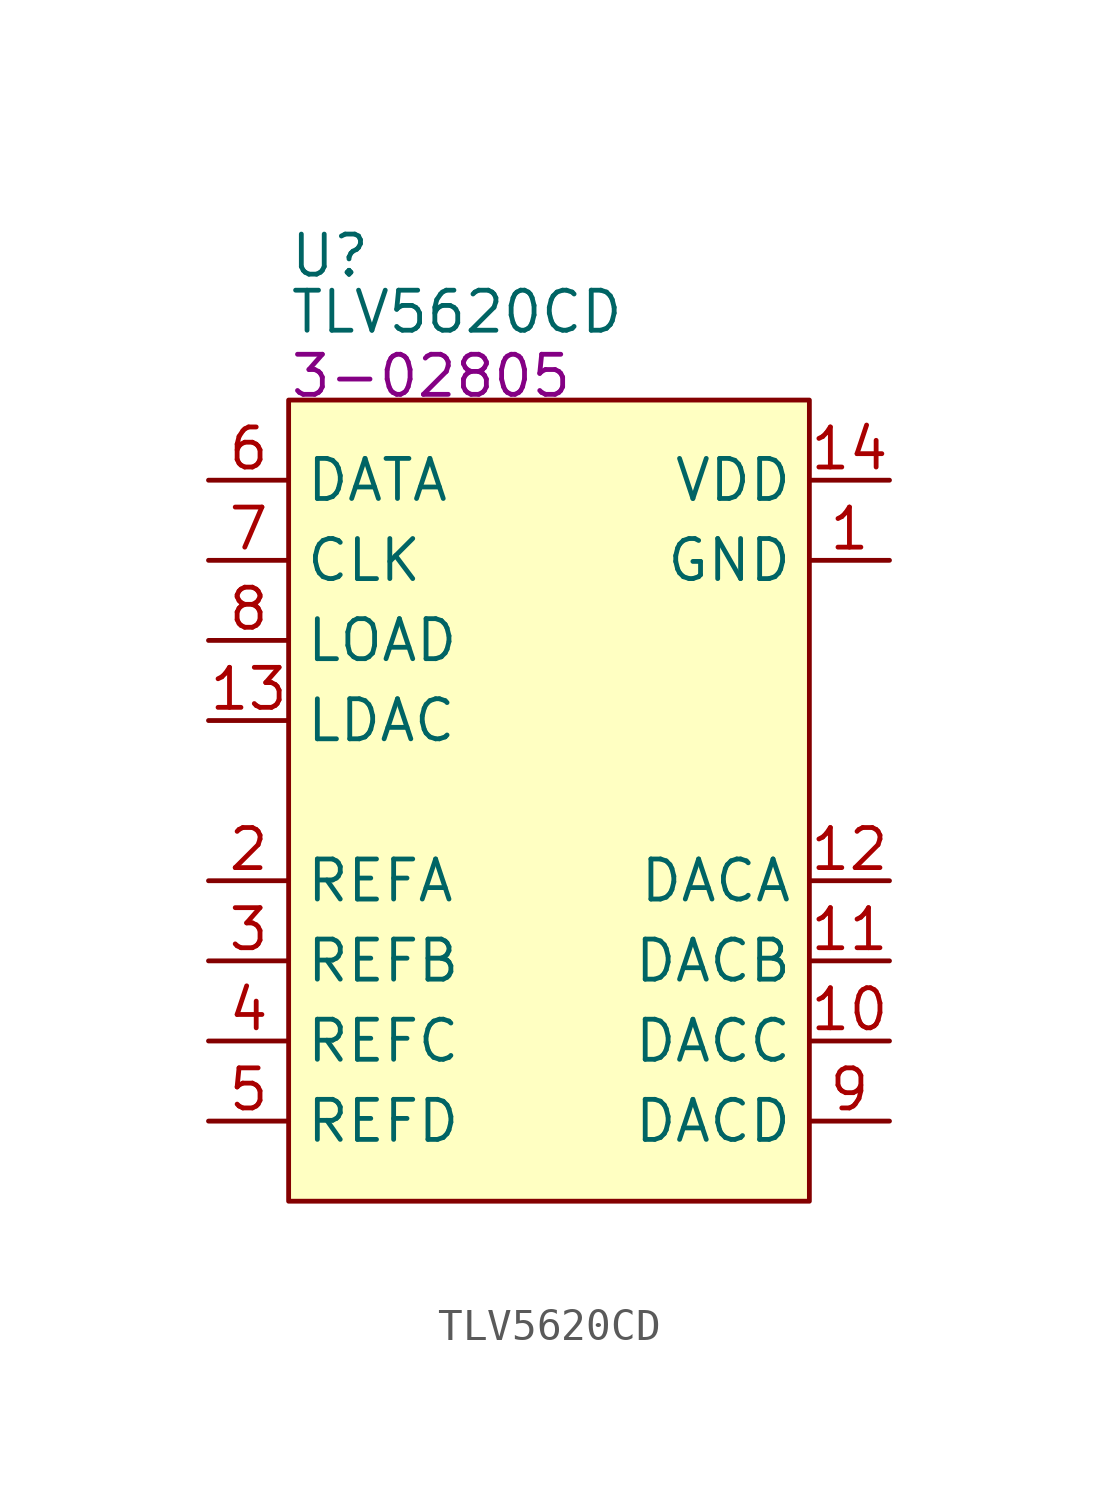
<source format=kicad_sym>
(kicad_symbol_lib
  (version 20231120)
  (generator "kicad_symbol_editor")
  (generator_version "8.0")
  (symbol "TLV5620CD"
    (property "Reference" "U"
      (at 0 4.572 0)
      (effects (font (size 1.27 1.27)) (justify left)))
    (property "Value" "TLV5620CD"
      (at 0 2.794 0)
      (effects (font (size 1.27 1.27)) (justify left)))
    (property "SRS" "3-02805"
      (at 0 0.762 0)
      (effects (font (size 1.27 1.27)) (justify left)))
    (symbol "TLV5620CD_1_1"
      (rectangle (start 0 0) (end 16.51 -25.4) (stroke (width 0) (type default)) (fill (type background)))
      (pin passive line (at 19.05 -5.08 180) (length 2.54) (name "GND" (effects (font (size 1.27 1.27)))) (number "1" (effects (font (size 1.27 1.27)))))
      (pin passive line (at 19.05 -20.32 180) (length 2.54) (name "DACC" (effects (font (size 1.27 1.27)))) (number "10" (effects (font (size 1.27 1.27)))))
      (pin passive line (at 19.05 -17.78 180) (length 2.54) (name "DACB" (effects (font (size 1.27 1.27)))) (number "11" (effects (font (size 1.27 1.27)))))
      (pin passive line (at 19.05 -15.24 180) (length 2.54) (name "DACA" (effects (font (size 1.27 1.27)))) (number "12" (effects (font (size 1.27 1.27)))))
      (pin passive line (at -2.54 -10.16 0) (length 2.54) (name "LDAC" (effects (font (size 1.27 1.27)))) (number "13" (effects (font (size 1.27 1.27)))))
      (pin passive line (at 19.05 -2.54 180) (length 2.54) (name "VDD" (effects (font (size 1.27 1.27)))) (number "14" (effects (font (size 1.27 1.27)))))
      (pin passive line (at -2.54 -15.24 0) (length 2.54) (name "REFA" (effects (font (size 1.27 1.27)))) (number "2" (effects (font (size 1.27 1.27)))))
      (pin passive line (at -2.54 -17.78 0) (length 2.54) (name "REFB" (effects (font (size 1.27 1.27)))) (number "3" (effects (font (size 1.27 1.27)))))
      (pin passive line (at -2.54 -20.32 0) (length 2.54) (name "REFC" (effects (font (size 1.27 1.27)))) (number "4" (effects (font (size 1.27 1.27)))))
      (pin passive line (at -2.54 -22.86 0) (length 2.54) (name "REFD" (effects (font (size 1.27 1.27)))) (number "5" (effects (font (size 1.27 1.27)))))
      (pin passive line (at -2.54 -2.54 0) (length 2.54) (name "DATA" (effects (font (size 1.27 1.27)))) (number "6" (effects (font (size 1.27 1.27)))))
      (pin passive line (at -2.54 -5.08 0) (length 2.54) (name "CLK" (effects (font (size 1.27 1.27)))) (number "7" (effects (font (size 1.27 1.27)))))
      (pin passive line (at -2.54 -7.62 0) (length 2.54) (name "LOAD" (effects (font (size 1.27 1.27)))) (number "8" (effects (font (size 1.27 1.27)))))
      (pin passive line (at 19.05 -22.86 180) (length 2.54) (name "DACD" (effects (font (size 1.27 1.27)))) (number "9" (effects (font (size 1.27 1.27))))))))
</source>
